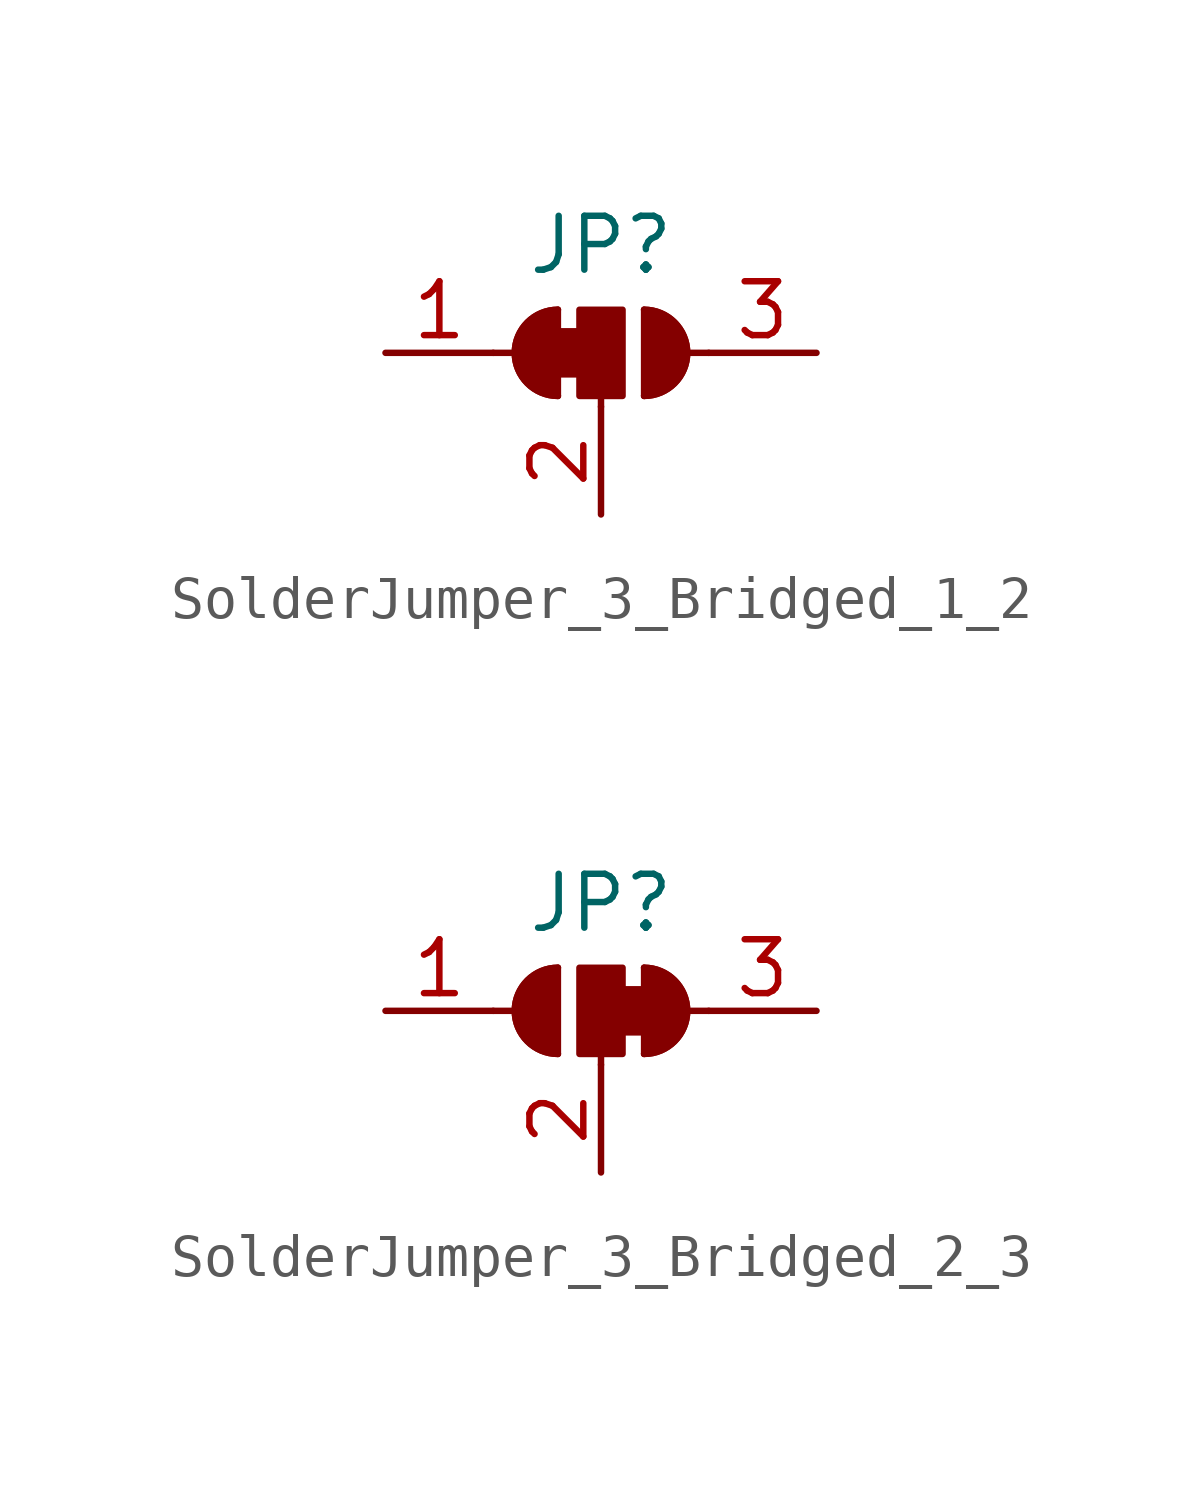
<source format=kicad_sym>
(kicad_symbol_lib
  (version 20231120)
  (generator "kicad_symbol_editor")
  (generator_version "8.0")
  (symbol "SolderJumper_3_Bridged_1_2"
    (pin_names
      (offset 0) hide)
    (property "Reference" "JP"
      (at 0 2.54 0)
      (effects (font (size 1.27 1.27))))
    (symbol "SolderJumper_3_Bridged_1_2_0_1"
      (rectangle (start -1.27 0.508) (end -0.254 -0.508) (stroke (width 0) (type default)) (fill (type outline)))
      (arc (start -1.016 1.016) (mid -2.0276 0) (end -1.016 -1.016) (stroke (width 0) (type default)) (fill (type none)))
      (arc (start -1.016 1.016) (mid -2.0276 0) (end -1.016 -1.016) (stroke (width 0) (type default)) (fill (type outline)))
      (rectangle (start -0.508 1.016) (end 0.508 -1.016) (stroke (width 0) (type default)) (fill (type outline)))
      (polyline (pts (xy -2.54 0) (xy -2.032 0)) (stroke (width 0) (type default)) (fill (type none)))
      (polyline (pts (xy -1.016 1.016) (xy -1.016 -1.016)) (stroke (width 0) (type default)) (fill (type none)))
      (polyline (pts (xy 0 -1.27) (xy 0 -1.016)) (stroke (width 0) (type default)) (fill (type none)))
      (polyline (pts (xy 1.016 1.016) (xy 1.016 -1.016)) (stroke (width 0) (type default)) (fill (type none)))
      (polyline (pts (xy 2.54 0) (xy 2.032 0)) (stroke (width 0) (type default)) (fill (type none)))
      (arc (start 1.016 -1.016) (mid 2.0276 0) (end 1.016 1.016) (stroke (width 0) (type default)) (fill (type none)))
      (arc (start 1.016 -1.016) (mid 2.0276 0) (end 1.016 1.016) (stroke (width 0) (type default)) (fill (type outline))))
    (symbol "SolderJumper_3_Bridged_1_2_1_1"
      (pin passive line (at -5.08 0 0) (length 2.54) (name "A" (effects (font (size 1.27 1.27)))) (number "1" (effects (font (size 1.27 1.27)))))
      (pin passive line (at 0 -3.81 90) (length 2.54) (name "C" (effects (font (size 1.27 1.27)))) (number "2" (effects (font (size 1.27 1.27)))))
      (pin passive line (at 5.08 0 180) (length 2.54) (name "B" (effects (font (size 1.27 1.27)))) (number "3" (effects (font (size 1.27 1.27)))))))
  (symbol "SolderJumper_3_Bridged_2_3"
    (pin_names
      (offset 0) hide)
    (property "Reference" "JP"
      (at 0 2.54 0)
      (effects (font (size 1.27 1.27))))
    (symbol "SolderJumper_3_Bridged_2_3_0_1"
      (arc (start -1.016 1.016) (mid -2.0276 0) (end -1.016 -1.016) (stroke (width 0) (type default)) (fill (type none)))
      (arc (start -1.016 1.016) (mid -2.0276 0) (end -1.016 -1.016) (stroke (width 0) (type default)) (fill (type outline)))
      (rectangle (start -0.508 1.016) (end 0.508 -1.016) (stroke (width 0) (type default)) (fill (type outline)))
      (polyline (pts (xy -2.54 0) (xy -2.032 0)) (stroke (width 0) (type default)) (fill (type none)))
      (polyline (pts (xy -1.016 1.016) (xy -1.016 -1.016)) (stroke (width 0) (type default)) (fill (type none)))
      (polyline (pts (xy 0 -1.27) (xy 0 -1.016)) (stroke (width 0) (type default)) (fill (type none)))
      (polyline (pts (xy 1.016 1.016) (xy 1.016 -1.016)) (stroke (width 0) (type default)) (fill (type none)))
      (polyline (pts (xy 2.54 0) (xy 2.032 0)) (stroke (width 0) (type default)) (fill (type none)))
      (rectangle (start 0.254 0.508) (end 1.27 -0.508) (stroke (width 0) (type default)) (fill (type outline)))
      (arc (start 1.016 -1.016) (mid 2.0276 0) (end 1.016 1.016) (stroke (width 0) (type default)) (fill (type none)))
      (arc (start 1.016 -1.016) (mid 2.0276 0) (end 1.016 1.016) (stroke (width 0) (type default)) (fill (type outline))))
    (symbol "SolderJumper_3_Bridged_2_3_1_1"
      (pin passive line (at -5.08 0 0) (length 2.54) (name "A" (effects (font (size 1.27 1.27)))) (number "1" (effects (font (size 1.27 1.27)))))
      (pin passive line (at 0 -3.81 90) (length 2.54) (name "C" (effects (font (size 1.27 1.27)))) (number "2" (effects (font (size 1.27 1.27)))))
      (pin passive line (at 5.08 0 180) (length 2.54) (name "B" (effects (font (size 1.27 1.27)))) (number "3" (effects (font (size 1.27 1.27))))))))
</source>
